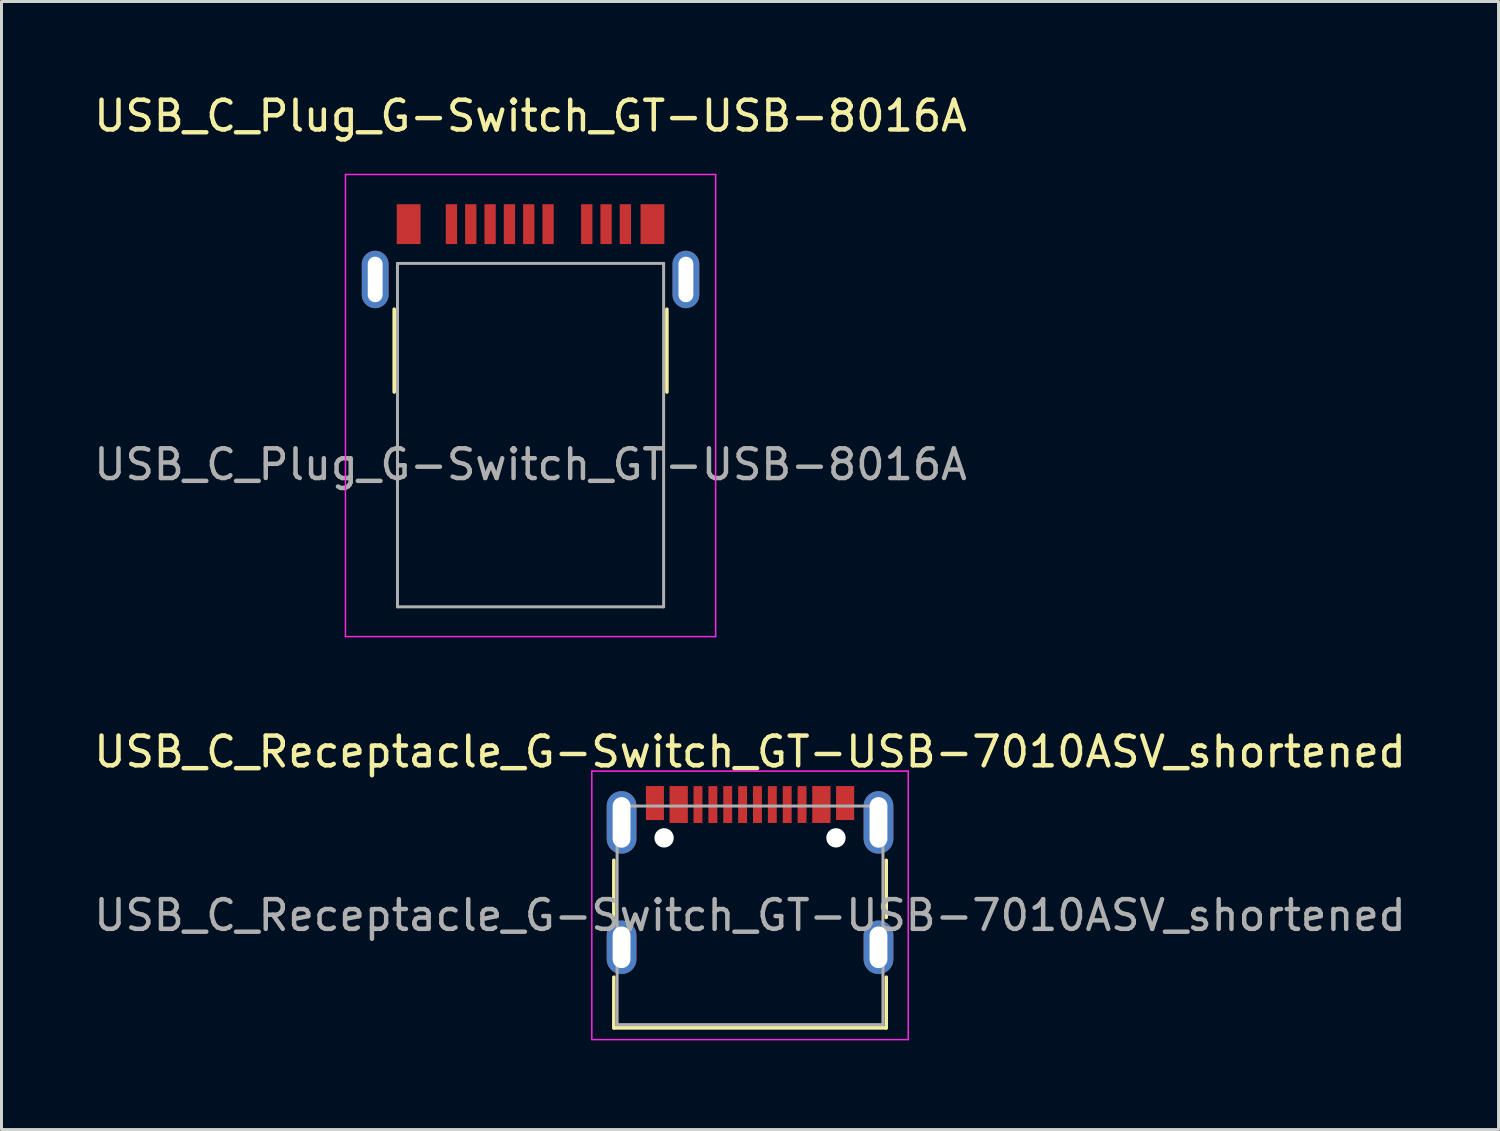
<source format=kicad_pcb>
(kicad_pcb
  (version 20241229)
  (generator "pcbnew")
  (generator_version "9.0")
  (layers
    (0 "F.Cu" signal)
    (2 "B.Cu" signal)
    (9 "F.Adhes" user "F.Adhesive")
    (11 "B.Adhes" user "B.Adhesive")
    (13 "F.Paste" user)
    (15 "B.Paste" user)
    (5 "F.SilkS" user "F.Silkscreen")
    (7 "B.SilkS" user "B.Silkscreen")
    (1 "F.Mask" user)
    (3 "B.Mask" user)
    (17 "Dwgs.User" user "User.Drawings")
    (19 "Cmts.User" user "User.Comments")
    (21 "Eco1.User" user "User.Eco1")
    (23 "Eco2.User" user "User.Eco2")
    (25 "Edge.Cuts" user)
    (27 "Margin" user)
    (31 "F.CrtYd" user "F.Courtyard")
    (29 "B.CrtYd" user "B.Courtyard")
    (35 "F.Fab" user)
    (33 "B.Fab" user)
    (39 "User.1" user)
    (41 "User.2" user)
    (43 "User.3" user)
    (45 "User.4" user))
  (footprint "USB_C_Receptacle_G-Switch_GT-USB-7010ASV_shortened"
    (layer "F.Cu")
    (at 22.173 27.732)
    (property "Reference" "USB_C_Receptacle_G-Switch_GT-USB-7010ASV_shortened" (at 0 -5.5 0) (layer "F.SilkS") (effects (font (size 1 1) (thickness 0.15))))
    (attr smd)
    (fp_line (start -4.58 -1.85) (end -4.58 0.07) (stroke (width 0.12) (type solid)) (layer "F.SilkS"))
    (fp_line (start -4.58 3.785) (end -4.58 2.08) (stroke (width 0.12) (type solid)) (layer "F.SilkS"))
    (fp_line (start 4.58 0.07) (end 4.58 -1.85) (stroke (width 0.12) (type solid)) (layer "F.SilkS"))
    (fp_line (start 4.58 2.08) (end 4.58 3.785) (stroke (width 0.12) (type solid)) (layer "F.SilkS"))
    (fp_line (start 4.58 3.785) (end -4.58 3.785) (stroke (width 0.12) (type solid)) (layer "F.SilkS"))
    (fp_line (start -5.32 -4.85) (end 5.32 -4.85) (stroke (width 0.05) (type solid)) (layer "F.CrtYd"))
    (fp_line (start -5.32 4.18) (end -5.32 -4.85) (stroke (width 0.05) (type solid)) (layer "F.CrtYd"))
    (fp_line (start 5.32 -4.85) (end 5.32 4.18) (stroke (width 0.05) (type solid)) (layer "F.CrtYd"))
    (fp_line (start 5.32 4.18) (end -5.32 4.18) (stroke (width 0.05) (type solid)) (layer "F.CrtYd"))
    (fp_line (start -4.47 -3.675) (end -4.47 3.675) (stroke (width 0.1) (type solid)) (layer "F.Fab"))
    (fp_line (start -4.47 -3.675) (end 4.47 -3.675) (stroke (width 0.1) (type solid)) (layer "F.Fab"))
    (fp_line (start -4.47 3.675) (end 4.47 3.675) (stroke (width 0.1) (type solid)) (layer "F.Fab"))
    (fp_line (start 4.47 3.675) (end 4.47 -3.675) (stroke (width 0.1) (type solid)) (layer "F.Fab"))
    (fp_text user "${REFERENCE}" (at 0 0 0) (layer "F.Fab") (effects (font (size 1 1) (thickness 0.15))))
    (pad "" np_thru_hole circle (at -2.89 -2.605) (size 0.65 0.65) (drill 0.65) (layers "*.Cu" "*.Mask"))
    (pad "" np_thru_hole circle (at 2.89 -2.605) (size 0.65 0.65) (drill 0.65) (layers "*.Cu" "*.Mask"))
    (pad "A1" smd rect (at -3.2 -3.775) (size 0.6 1.14) (layers "F.Cu" "F.Mask" "F.Paste"))
    (pad "A4" smd rect (at -2.4 -3.725) (size 0.6 1.24) (layers "F.Cu" "F.Mask" "F.Paste"))
    (pad "A5" smd rect (at -1.25 -3.725) (size 0.3 1.24) (layers "F.Cu" "F.Mask" "F.Paste"))
    (pad "A6" smd rect (at -0.25 -3.725) (size 0.3 1.24) (layers "F.Cu" "F.Mask" "F.Paste"))
    (pad "A7" smd rect (at 0.25 -3.725) (size 0.3 1.24) (layers "F.Cu" "F.Mask" "F.Paste"))
    (pad "A8" smd rect (at 1.25 -3.725) (size 0.3 1.24) (layers "F.Cu" "F.Mask" "F.Paste"))
    (pad "A9" smd rect (at 2.4 -3.725) (size 0.6 1.24) (layers "F.Cu" "F.Mask" "F.Paste"))
    (pad "A12" smd rect (at 3.2 -3.775) (size 0.6 1.14) (layers "F.Cu" "F.Mask" "F.Paste"))
    (pad "B1" smd rect (at 3.2 -3.775) (size 0.6 1.14) (layers "F.Cu" "F.Mask" "F.Paste"))
    (pad "B4" smd rect (at 2.4 -3.725) (size 0.6 1.24) (layers "F.Cu" "F.Mask" "F.Paste"))
    (pad "B5" smd rect (at 1.75 -3.725) (size 0.3 1.24) (layers "F.Cu" "F.Mask" "F.Paste"))
    (pad "B6" smd rect (at 0.75 -3.725) (size 0.3 1.24) (layers "F.Cu" "F.Mask" "F.Paste"))
    (pad "B7" smd rect (at -0.75 -3.725) (size 0.3 1.24) (layers "F.Cu" "F.Mask" "F.Paste"))
    (pad "B8" smd rect (at -1.75 -3.725) (size 0.3 1.24) (layers "F.Cu" "F.Mask" "F.Paste"))
    (pad "B9" smd rect (at -2.4 -3.725) (size 0.6 1.24) (layers "F.Cu" "F.Mask" "F.Paste"))
    (pad "B12" smd rect (at -3.2 -3.775) (size 0.6 1.14) (layers "F.Cu" "F.Mask" "F.Paste"))
    (pad "S1" thru_hole oval (at -4.32 -3.125) (size 1 2.1) (drill oval 0.6 1.7) (layers "*.Cu" "*.Mask"))
    (pad "S1" thru_hole oval (at -4.32 1.075) (size 1 1.8) (drill oval 0.6 1.4) (layers "*.Cu" "*.Mask"))
    (pad "S1" thru_hole oval (at 4.32 -3.125) (size 1 2.1) (drill oval 0.6 1.7) (layers "*.Cu" "*.Mask"))
    (pad "S1" thru_hole oval (at 4.32 1.075) (size 1 1.8) (drill oval 0.6 1.4) (layers "*.Cu" "*.Mask")))
  (footprint "USB_C_Plug_G-Switch_GT-USB-8016A"
    (layer "F.Cu")
    (at 14.792 6.348)
    (property "Reference" "USB_C_Plug_G-Switch_GT-USB-8016A" (at 0 -5.5 0) (layer "F.SilkS") (effects (font (size 1 1) (thickness 0.15))))
    (attr smd)
    (fp_line (start -4.585 3.785) (end -4.585 1) (stroke (width 0.12) (type solid)) (layer "F.SilkS"))
    (fp_line (start 4.585 1) (end 4.585 3.785) (stroke (width 0.12) (type solid)) (layer "F.SilkS"))
    (fp_line (start -6.225 -3.53) (end 6.225 -3.53) (stroke (width 0.05) (type solid)) (layer "F.CrtYd"))
    (fp_line (start -6.225 12.01) (end -6.225 -3.53) (stroke (width 0.05) (type solid)) (layer "F.CrtYd"))
    (fp_line (start -6.225 12.01) (end 6.225 12.01) (stroke (width 0.05) (type solid)) (layer "F.CrtYd"))
    (fp_line (start 6.225 -3.53) (end 6.225 12.01) (stroke (width 0.05) (type solid)) (layer "F.CrtYd"))
    (fp_line (start -4.475 -0.54) (end -4.475 11.01) (stroke (width 0.1) (type solid)) (layer "F.Fab"))
    (fp_line (start -4.475 -0.54) (end 4.475 -0.54) (stroke (width 0.1) (type solid)) (layer "F.Fab"))
    (fp_line (start 4.475 11.01) (end -4.475 11.01) (stroke (width 0.1) (type solid)) (layer "F.Fab"))
    (fp_line (start 4.475 11.01) (end 4.475 -0.54) (stroke (width 0.1) (type solid)) (layer "F.Fab"))
    (fp_text user "${REFERENCE}" (at 0 6.223 0) (layer "F.Fab") (effects (font (size 1 1) (thickness 0.15))))
    (pad "A1" smd rect (at 3.19 -1.86) (size 0.38 1.34) (layers "F.Cu" "F.Mask" "F.Paste"))
    (pad "A2" smd rect (at 2.54 -1.86) (size 0.38 1.34) (layers "F.Cu" "F.Mask" "F.Paste"))
    (pad "A3" smd rect (at 1.89 -1.86) (size 0.38 1.34) (layers "F.Cu" "F.Mask" "F.Paste"))
    (pad "A5" smd rect (at 0.59 -1.86) (size 0.38 1.34) (layers "F.Cu" "F.Mask" "F.Paste"))
    (pad "A6" smd rect (at -0.06 -1.86) (size 0.38 1.34) (layers "F.Cu" "F.Mask" "F.Paste"))
    (pad "A7" smd rect (at -0.71 -1.86) (size 0.38 1.34) (layers "F.Cu" "F.Mask" "F.Paste"))
    (pad "A9" smd rect (at -1.36 -1.86) (size 0.38 1.34) (layers "F.Cu" "F.Mask" "F.Paste"))
    (pad "B10" smd rect (at -2.66 -1.86) (size 0.38 1.34) (layers "F.Cu" "F.Mask" "F.Paste"))
    (pad "B11" smd rect (at -2.01 -1.86) (size 0.38 1.34) (layers "F.Cu" "F.Mask" "F.Paste"))
    (pad "S1" thru_hole oval (at -5.225 0) (size 0.9 1.93) (drill oval 0.5 1.53) (layers "*.Cu" "*.Mask"))
    (pad "S1" smd rect (at -4.1 -1.86) (size 0.8 1.34) (layers "F.Cu" "F.Mask" "F.Paste"))
    (pad "S1" smd rect (at 4.1 -1.86) (size 0.8 1.34) (layers "F.Cu" "F.Mask" "F.Paste"))
    (pad "S1" thru_hole oval (at 5.225 0) (size 0.9 1.93) (drill oval 0.5 1.53) (layers "*.Cu" "*.Mask")))
  (gr_rect
    (start -3 -3)
    (end 47.345 34.937)
    (stroke (width 0.1) (type default))
    (fill no)
    (layer "Edge.Cuts")))
</source>
